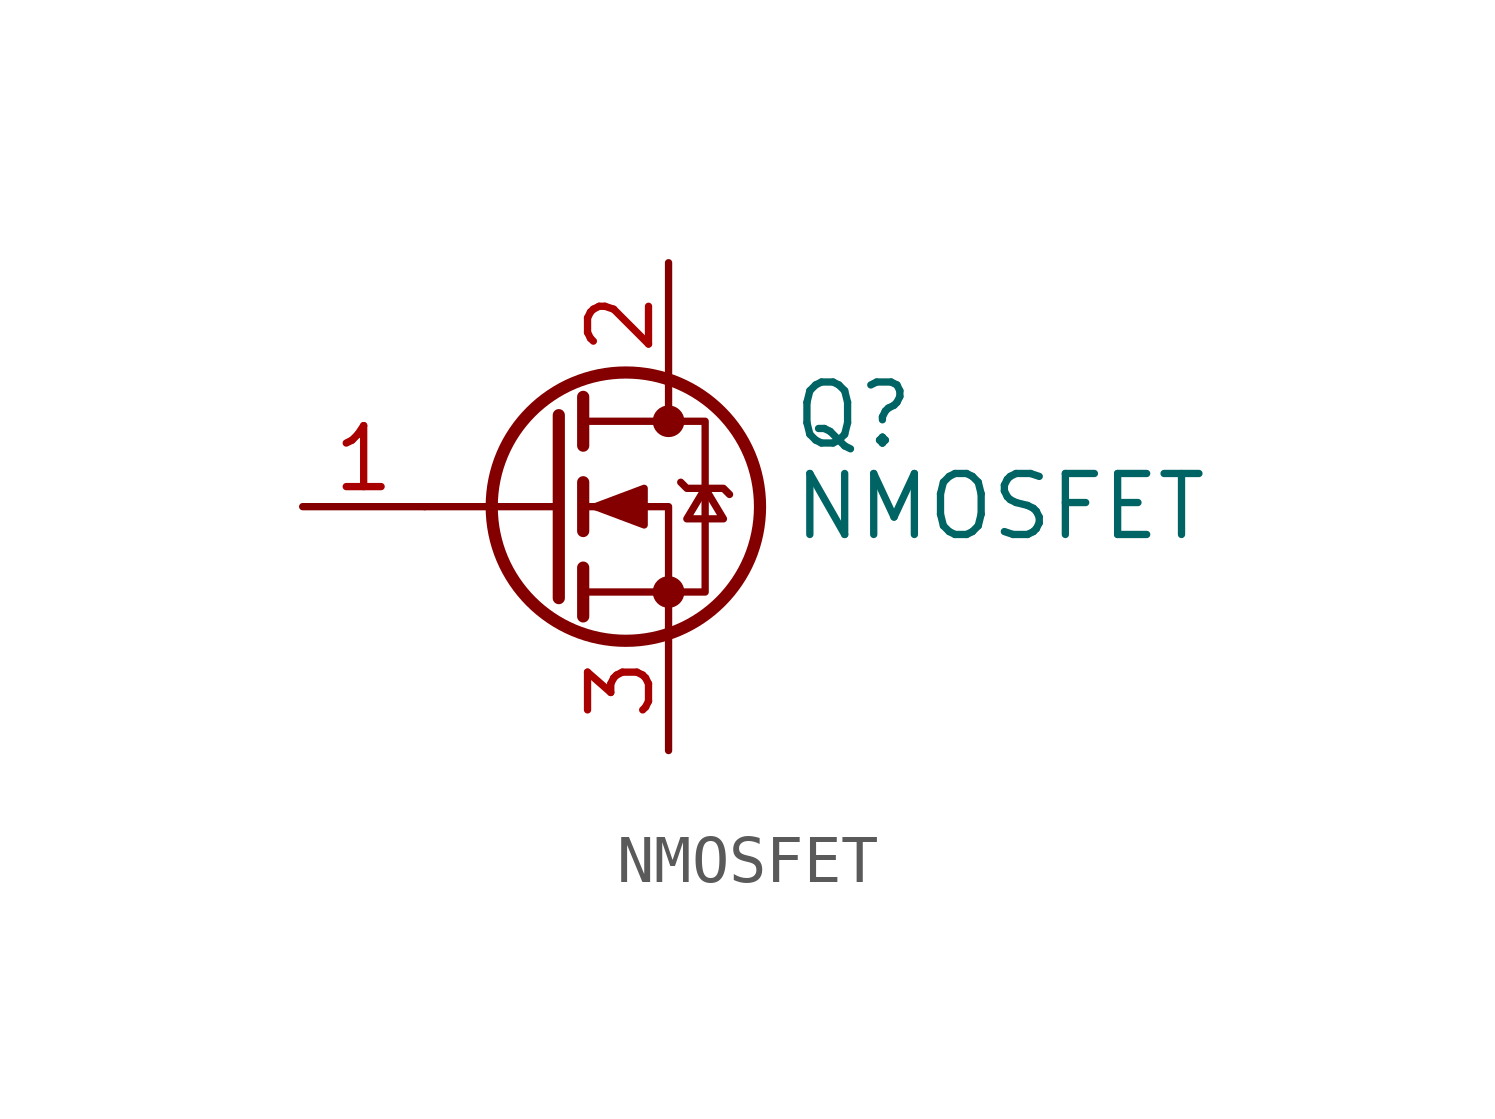
<source format=kicad_sym>
(kicad_symbol_lib
  (version 20211014)
  (generator kicad_symbol_editor)
  (symbol "NMOSFET"
    (pin_names hide)
    (property "Reference" "Q"
      (at 5.08 1.905 0)
      (effects (font (size 1.27 1.27)) (justify left)))
    (property "Value" "NMOSFET"
      (at 5.08 0 0)
      (effects (font (size 1.27 1.27)) (justify left)))
    (symbol "NMOSFET_0_1"
      (polyline (pts (xy 0.254 0) (xy -2.54 0)) (stroke (width 0) (type default) (color 0 0 0 0)) (fill (type none)))
      (polyline (pts (xy 0.254 1.905) (xy 0.254 -1.905)) (stroke (width 0.254) (type default) (color 0 0 0 0)) (fill (type none)))
      (polyline (pts (xy 0.762 -1.27) (xy 0.762 -2.286)) (stroke (width 0.254) (type default) (color 0 0 0 0)) (fill (type none)))
      (polyline (pts (xy 0.762 0.508) (xy 0.762 -0.508)) (stroke (width 0.254) (type default) (color 0 0 0 0)) (fill (type none)))
      (polyline (pts (xy 0.762 2.286) (xy 0.762 1.27)) (stroke (width 0.254) (type default) (color 0 0 0 0)) (fill (type none)))
      (polyline (pts (xy 2.54 2.54) (xy 2.54 1.778)) (stroke (width 0) (type default) (color 0 0 0 0)) (fill (type none)))
      (polyline (pts (xy 2.54 -2.54) (xy 2.54 0) (xy 0.762 0)) (stroke (width 0) (type default) (color 0 0 0 0)) (fill (type none)))
      (polyline (pts (xy 0.762 -1.778) (xy 3.302 -1.778) (xy 3.302 1.778) (xy 0.762 1.778)) (stroke (width 0) (type default) (color 0 0 0 0)) (fill (type none)))
      (polyline (pts (xy 1.016 0) (xy 2.032 0.381) (xy 2.032 -0.381) (xy 1.016 0)) (stroke (width 0) (type default) (color 0 0 0 0)) (fill (type outline)))
      (polyline (pts (xy 2.794 0.508) (xy 2.921 0.381) (xy 3.683 0.381) (xy 3.81 0.254)) (stroke (width 0) (type default) (color 0 0 0 0)) (fill (type none)))
      (polyline (pts (xy 3.302 0.381) (xy 2.921 -0.254) (xy 3.683 -0.254) (xy 3.302 0.381)) (stroke (width 0) (type default) (color 0 0 0 0)) (fill (type none)))
      (circle (center 1.651 0) (radius 2.794) (stroke (width 0.254) (type default) (color 0 0 0 0)) (fill (type none)))
      (circle (center 2.54 -1.778) (radius 0.254) (stroke (width 0) (type default) (color 0 0 0 0)) (fill (type outline)))
      (circle (center 2.54 1.778) (radius 0.254) (stroke (width 0) (type default) (color 0 0 0 0)) (fill (type outline))))
    (symbol "NMOSFET_1_1"
      (pin input line (at -5.08 0 0) (length 2.54) (name "G" (effects (font (size 1.27 1.27)))) (number "1" (effects (font (size 1.27 1.27)))))
      (pin passive line (at 2.54 5.08 270) (length 2.54) (name "D" (effects (font (size 1.27 1.27)))) (number "2" (effects (font (size 1.27 1.27)))))
      (pin passive line (at 2.54 -5.08 90) (length 2.54) (name "S" (effects (font (size 1.27 1.27)))) (number "3" (effects (font (size 1.27 1.27))))))))
</source>
